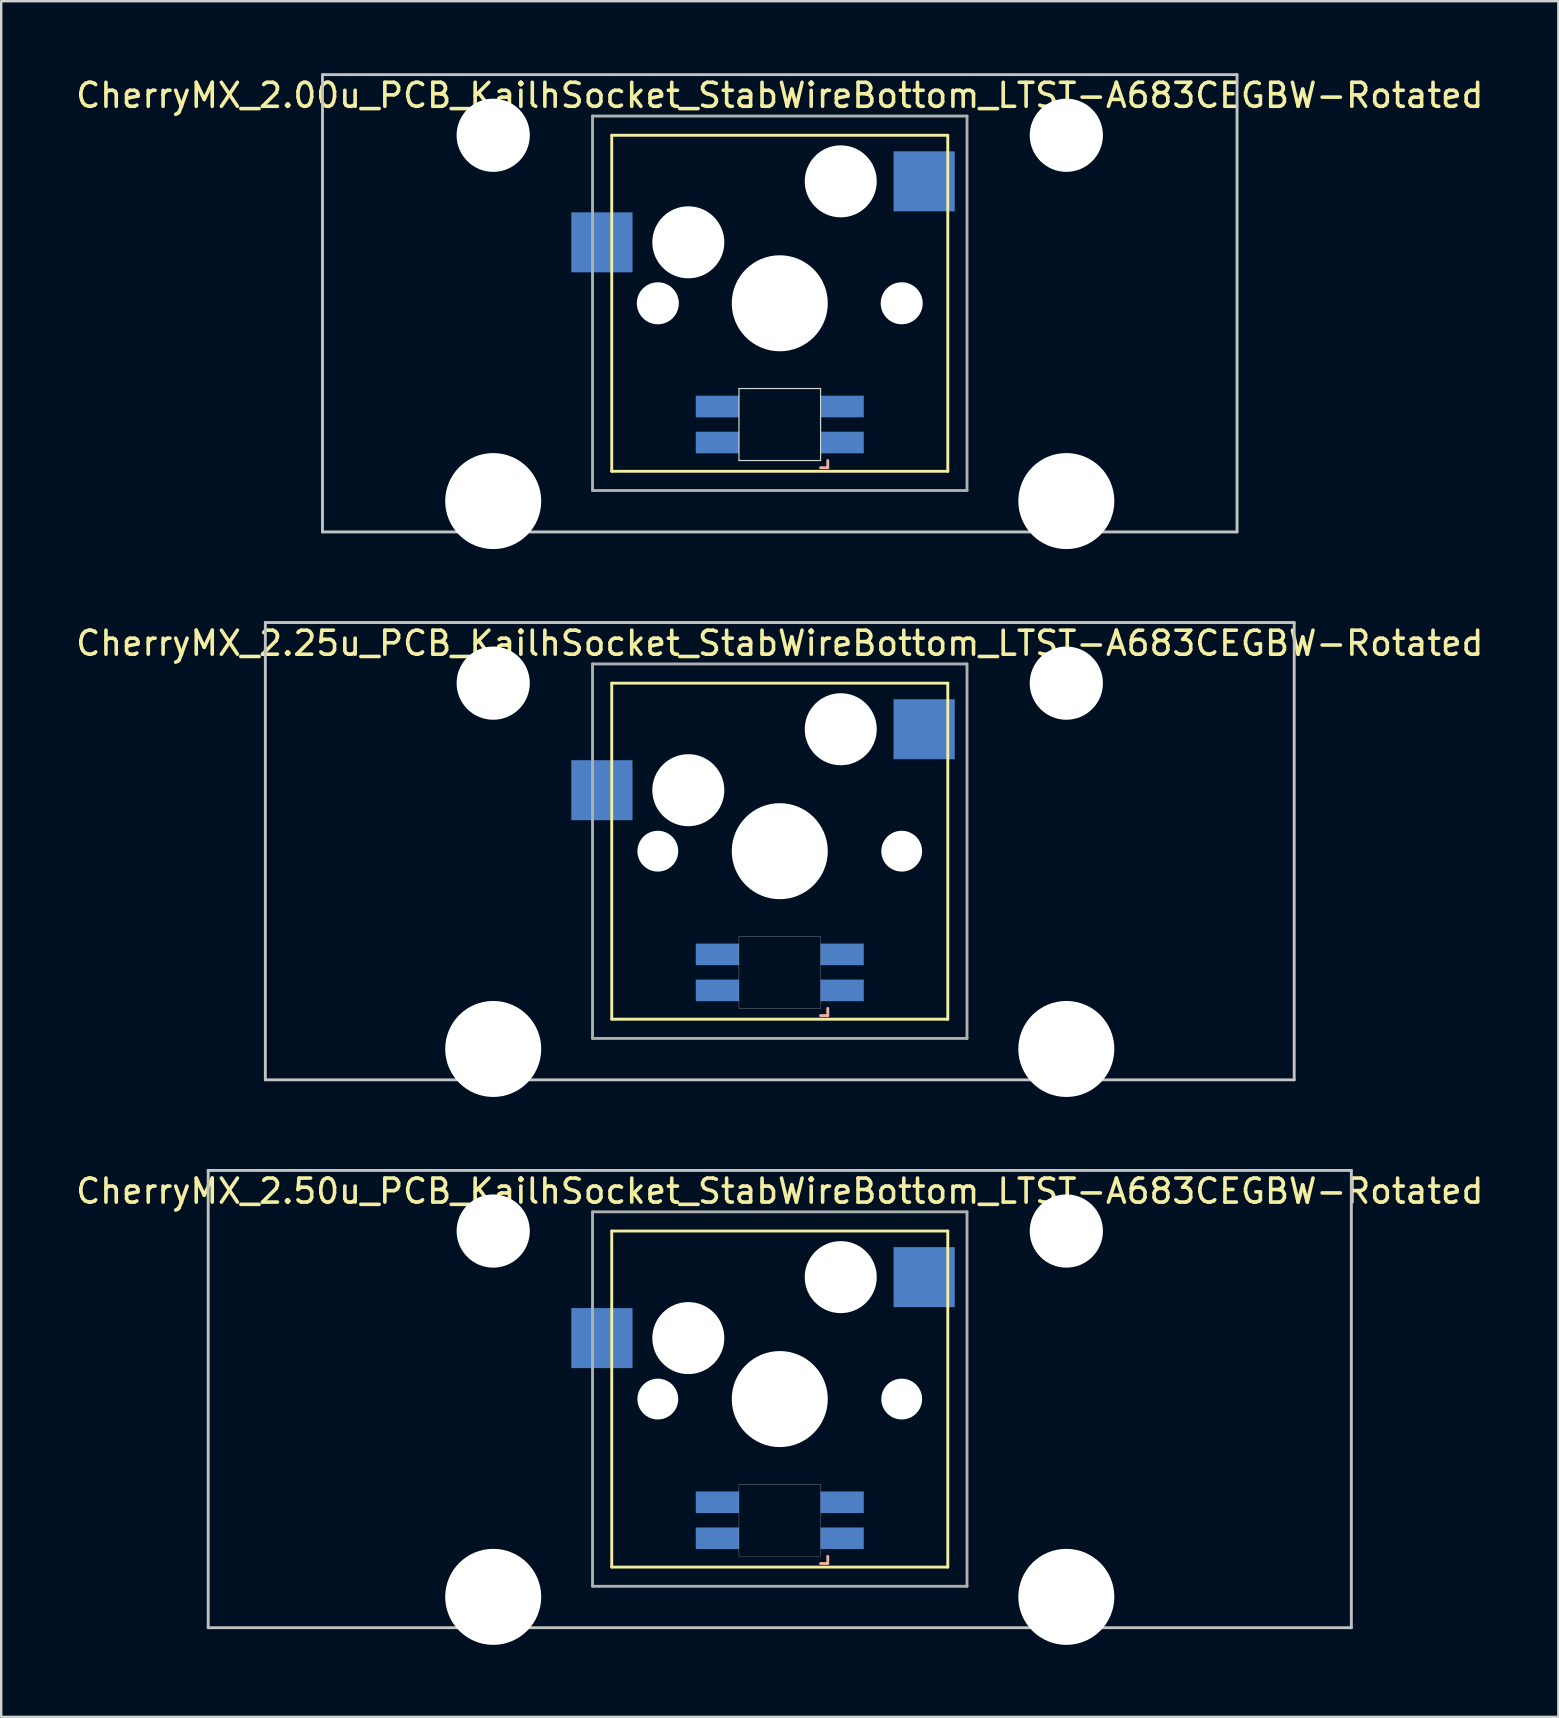
<source format=kicad_pcb>
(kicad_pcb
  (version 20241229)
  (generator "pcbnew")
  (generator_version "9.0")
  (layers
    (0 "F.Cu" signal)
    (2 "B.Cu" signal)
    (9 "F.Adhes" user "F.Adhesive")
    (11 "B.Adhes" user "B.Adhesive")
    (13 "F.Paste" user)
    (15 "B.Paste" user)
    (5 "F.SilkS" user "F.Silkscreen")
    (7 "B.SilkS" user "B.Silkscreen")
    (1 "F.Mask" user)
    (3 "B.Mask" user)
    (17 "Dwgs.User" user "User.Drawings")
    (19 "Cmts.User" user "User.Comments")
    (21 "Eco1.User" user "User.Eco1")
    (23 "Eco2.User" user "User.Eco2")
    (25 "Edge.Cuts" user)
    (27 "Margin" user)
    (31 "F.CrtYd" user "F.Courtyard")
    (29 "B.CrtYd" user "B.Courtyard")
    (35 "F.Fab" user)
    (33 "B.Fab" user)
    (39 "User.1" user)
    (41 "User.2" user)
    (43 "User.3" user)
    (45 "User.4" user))
  (footprint "CherryMX_2.00u_PCB_KailhSocket_StabWireBottom_LTST-A683CEGBW-Rotated"
    (layer "F.Cu")
    (at 29.435 9.585)
    (property "Reference" "CherryMX_2.00u_PCB_KailhSocket_StabWireBottom_LTST-A683CEGBW-Rotated" (at 0 -8.662 0) (layer "F.SilkS") (effects (font (size 1 1) (thickness 0.15))))
    (attr through_hole)
    (fp_line (start -7 -7) (end -7 7) (stroke (width 0.12) (type solid)) (layer "F.SilkS"))
    (fp_line (start -7 -7) (end 7 -7) (stroke (width 0.12) (type solid)) (layer "F.SilkS"))
    (fp_line (start 7 -7) (end 7 7) (stroke (width 0.12) (type solid)) (layer "F.SilkS"))
    (fp_line (start 7 7) (end -7 7) (stroke (width 0.12) (type solid)) (layer "F.SilkS"))
    (fp_line (start 1.7 6.85) (end 2 6.85) (stroke (width 0.12) (type solid)) (layer "B.SilkS"))
    (fp_line (start 2 6.85) (end 2 6.55) (stroke (width 0.12) (type solid)) (layer "B.SilkS"))
    (fp_line (start -19.05 -9.525) (end 19.05 -9.525) (stroke (width 0.12) (type solid)) (layer "Dwgs.User"))
    (fp_line (start -19.05 9.525) (end -19.05 -9.525) (stroke (width 0.12) (type solid)) (layer "Dwgs.User"))
    (fp_line (start 19.05 -9.525) (end 19.05 9.525) (stroke (width 0.12) (type solid)) (layer "Dwgs.User"))
    (fp_line (start 19.05 9.525) (end -19.05 9.525) (stroke (width 0.12) (type solid)) (layer "Dwgs.User"))
    (fp_line (start -1.7 3.55) (end 1.7 3.55) (stroke (width 0.05) (type solid)) (layer "Edge.Cuts"))
    (fp_line (start -1.7 6.55) (end -1.7 3.55) (stroke (width 0.05) (type solid)) (layer "Edge.Cuts"))
    (fp_line (start 1.7 3.55) (end 1.7 6.55) (stroke (width 0.05) (type solid)) (layer "Edge.Cuts"))
    (fp_line (start 1.7 6.55) (end -1.7 6.55) (stroke (width 0.05) (type solid)) (layer "Edge.Cuts"))
    (fp_line (start -7.8 -7.8) (end -7.8 7.8) (stroke (width 0.12) (type solid)) (layer "F.Fab"))
    (fp_line (start -7.8 -7.8) (end 7.8 -7.8) (stroke (width 0.12) (type solid)) (layer "F.Fab"))
    (fp_line (start -7.8 7.8) (end 7.8 7.8) (stroke (width 0.12) (type solid)) (layer "F.Fab"))
    (fp_line (start 7.8 -7.8) (end 7.8 7.8) (stroke (width 0.12) (type solid)) (layer "F.Fab"))
    (pad "" np_thru_hole circle (at -11.938 -7) (size 3.05 3.05) (drill 3.05) (layers "*.Cu" "*.Mask"))
    (pad "" np_thru_hole circle (at -11.938 8.24) (size 4 4) (drill 4) (layers "*.Cu" "*.Mask"))
    (pad "" np_thru_hole circle (at -5.08 0) (size 1.75 1.75) (drill 1.75) (layers "*.Cu" "*.Mask"))
    (pad "" np_thru_hole circle (at -3.81 -2.54) (size 3 3) (drill 3) (layers "*.Cu" "*.Mask"))
    (pad "" np_thru_hole circle (at 0 0) (size 4 4) (drill 4) (layers "*.Cu" "*.Mask"))
    (pad "" np_thru_hole circle (at 2.54 -5.08) (size 3 3) (drill 3) (layers "*.Cu" "*.Mask"))
    (pad "" np_thru_hole circle (at 5.08 0) (size 1.75 1.75) (drill 1.75) (layers "*.Cu" "*.Mask"))
    (pad "" np_thru_hole circle (at 11.938 -7) (size 3.05 3.05) (drill 3.05) (layers "*.Cu" "*.Mask"))
    (pad "" np_thru_hole circle (at 11.938 8.24) (size 4 4) (drill 4) (layers "*.Cu" "*.Mask"))
    (pad "1" smd rect (at -7.41 -2.54) (size 2.55 2.5) (layers "B.Cu" "B.Mask" "B.Paste"))
    (pad "2" smd rect (at 6.015 -5.08) (size 2.55 2.5) (layers "B.Cu" "B.Mask" "B.Paste"))
    (pad "3" smd rect (at 2.6 5.8 180) (size 1.8 0.9) (layers "B.Cu" "B.Mask" "B.Paste"))
    (pad "4" smd rect (at 2.6 4.3 180) (size 1.8 0.9) (layers "B.Cu" "B.Mask" "B.Paste"))
    (pad "5" smd rect (at -2.6 5.8 180) (size 1.8 0.9) (layers "B.Cu" "B.Mask" "B.Paste"))
    (pad "6" smd rect (at -2.6 4.3 180) (size 1.8 0.9) (layers "B.Cu" "B.Mask" "B.Paste")))
  (footprint "CherryMX_2.25u_PCB_KailhSocket_StabWireBottom_LTST-A683CEGBW-Rotated"
    (layer "F.Cu")
    (at 29.435 32.41)
    (property "Reference" "CherryMX_2.25u_PCB_KailhSocket_StabWireBottom_LTST-A683CEGBW-Rotated" (at 0 -8.662 0) (layer "F.SilkS") (effects (font (size 1 1) (thickness 0.15))))
    (attr through_hole)
    (fp_line (start -7 -7) (end -7 7) (stroke (width 0.12) (type solid)) (layer "F.SilkS"))
    (fp_line (start -7 -7) (end 7 -7) (stroke (width 0.12) (type solid)) (layer "F.SilkS"))
    (fp_line (start 7 -7) (end 7 7) (stroke (width 0.12) (type solid)) (layer "F.SilkS"))
    (fp_line (start 7 7) (end -7 7) (stroke (width 0.12) (type solid)) (layer "F.SilkS"))
    (fp_line (start 1.7 6.85) (end 2 6.85) (stroke (width 0.12) (type solid)) (layer "B.SilkS"))
    (fp_line (start 2 6.85) (end 2 6.55) (stroke (width 0.12) (type solid)) (layer "B.SilkS"))
    (fp_line (start -21.431 -9.525) (end 21.431 -9.525) (stroke (width 0.12) (type solid)) (layer "Dwgs.User"))
    (fp_line (start -21.431 9.525) (end -21.431 -9.525) (stroke (width 0.12) (type solid)) (layer "Dwgs.User"))
    (fp_line (start 21.431 -9.525) (end 21.431 9.525) (stroke (width 0.12) (type solid)) (layer "Dwgs.User"))
    (fp_line (start 21.431 9.525) (end -21.431 9.525) (stroke (width 0.12) (type solid)) (layer "Dwgs.User"))
    (fp_poly (pts (xy -1.7 3.55) (xy 1.7 3.55) (xy 1.7 6.55) (xy -1.7 6.55)) (stroke (width 0.01) (type solid)) (fill no) (layer "Edge.Cuts"))
    (fp_line (start -7.8 -7.8) (end -7.8 7.8) (stroke (width 0.12) (type solid)) (layer "F.Fab"))
    (fp_line (start -7.8 -7.8) (end 7.8 -7.8) (stroke (width 0.12) (type solid)) (layer "F.Fab"))
    (fp_line (start -7.8 7.8) (end 7.8 7.8) (stroke (width 0.12) (type solid)) (layer "F.Fab"))
    (fp_line (start 7.8 -7.8) (end 7.8 7.8) (stroke (width 0.12) (type solid)) (layer "F.Fab"))
    (pad "" np_thru_hole circle (at -11.938 -7) (size 3.05 3.05) (drill 3.05) (layers "*.Cu" "*.Mask"))
    (pad "" np_thru_hole circle (at -11.938 8.24) (size 4 4) (drill 4) (layers "*.Cu" "*.Mask"))
    (pad "" np_thru_hole circle (at -5.08 0) (size 1.7 1.7) (drill 1.7) (layers "*.Cu" "*.Mask"))
    (pad "" np_thru_hole circle (at -3.81 -2.54) (size 3 3) (drill 3) (layers "*.Cu" "*.Mask"))
    (pad "" np_thru_hole circle (at 0 0) (size 4 4) (drill 4) (layers "*.Cu" "*.Mask"))
    (pad "" np_thru_hole circle (at 2.54 -5.08) (size 3 3) (drill 3) (layers "*.Cu" "*.Mask"))
    (pad "" np_thru_hole circle (at 5.08 0) (size 1.7 1.7) (drill 1.7) (layers "*.Cu" "*.Mask"))
    (pad "" np_thru_hole circle (at 11.938 -7) (size 3.05 3.05) (drill 3.05) (layers "*.Cu" "*.Mask"))
    (pad "" np_thru_hole circle (at 11.938 8.24) (size 4 4) (drill 4) (layers "*.Cu" "*.Mask"))
    (pad "1" smd rect (at -7.41 -2.54) (size 2.55 2.5) (layers "B.Cu" "B.Mask" "B.Paste"))
    (pad "2" smd rect (at 6.015 -5.08) (size 2.55 2.5) (layers "B.Cu" "B.Mask" "B.Paste"))
    (pad "3" smd rect (at 2.6 5.8 180) (size 1.8 0.9) (layers "B.Cu" "B.Mask" "B.Paste"))
    (pad "4" smd rect (at 2.6 4.3 180) (size 1.8 0.9) (layers "B.Cu" "B.Mask" "B.Paste"))
    (pad "5" smd rect (at -2.6 5.8 180) (size 1.8 0.9) (layers "B.Cu" "B.Mask" "B.Paste"))
    (pad "6" smd rect (at -2.6 4.3 180) (size 1.8 0.9) (layers "B.Cu" "B.Mask" "B.Paste")))
  (footprint "CherryMX_2.50u_PCB_KailhSocket_StabWireBottom_LTST-A683CEGBW-Rotated"
    (layer "F.Cu")
    (at 29.435 55.235)
    (property "Reference" "CherryMX_2.50u_PCB_KailhSocket_StabWireBottom_LTST-A683CEGBW-Rotated" (at 0 -8.662 0) (layer "F.SilkS") (effects (font (size 1 1) (thickness 0.15))))
    (attr through_hole)
    (fp_line (start -7 -7) (end -7 7) (stroke (width 0.12) (type solid)) (layer "F.SilkS"))
    (fp_line (start -7 -7) (end 7 -7) (stroke (width 0.12) (type solid)) (layer "F.SilkS"))
    (fp_line (start 7 -7) (end 7 7) (stroke (width 0.12) (type solid)) (layer "F.SilkS"))
    (fp_line (start 7 7) (end -7 7) (stroke (width 0.12) (type solid)) (layer "F.SilkS"))
    (fp_line (start 1.7 6.85) (end 2 6.85) (stroke (width 0.12) (type solid)) (layer "B.SilkS"))
    (fp_line (start 2 6.85) (end 2 6.55) (stroke (width 0.12) (type solid)) (layer "B.SilkS"))
    (fp_line (start -23.812 -9.525) (end 23.812 -9.525) (stroke (width 0.12) (type solid)) (layer "Dwgs.User"))
    (fp_line (start -23.812 9.525) (end -23.812 -9.525) (stroke (width 0.12) (type solid)) (layer "Dwgs.User"))
    (fp_line (start 23.812 -9.525) (end 23.812 9.525) (stroke (width 0.12) (type solid)) (layer "Dwgs.User"))
    (fp_line (start 23.812 9.525) (end -23.812 9.525) (stroke (width 0.12) (type solid)) (layer "Dwgs.User"))
    (fp_poly (pts (xy -1.7 3.55) (xy 1.7 3.55) (xy 1.7 6.55) (xy -1.7 6.55)) (stroke (width 0.01) (type solid)) (fill no) (layer "Edge.Cuts"))
    (fp_line (start -7.8 -7.8) (end -7.8 7.8) (stroke (width 0.12) (type solid)) (layer "F.Fab"))
    (fp_line (start -7.8 -7.8) (end 7.8 -7.8) (stroke (width 0.12) (type solid)) (layer "F.Fab"))
    (fp_line (start -7.8 7.8) (end 7.8 7.8) (stroke (width 0.12) (type solid)) (layer "F.Fab"))
    (fp_line (start 7.8 -7.8) (end 7.8 7.8) (stroke (width 0.12) (type solid)) (layer "F.Fab"))
    (pad "" np_thru_hole circle (at -11.938 -7) (size 3.05 3.05) (drill 3.05) (layers "*.Cu" "*.Mask"))
    (pad "" np_thru_hole circle (at -11.938 8.24) (size 4 4) (drill 4) (layers "*.Cu" "*.Mask"))
    (pad "" np_thru_hole circle (at -5.08 0) (size 1.7 1.7) (drill 1.7) (layers "*.Cu" "*.Mask"))
    (pad "" np_thru_hole circle (at -3.81 -2.54) (size 3 3) (drill 3) (layers "*.Cu" "*.Mask"))
    (pad "" np_thru_hole circle (at 0 0) (size 4 4) (drill 4) (layers "*.Cu" "*.Mask"))
    (pad "" np_thru_hole circle (at 2.54 -5.08) (size 3 3) (drill 3) (layers "*.Cu" "*.Mask"))
    (pad "" np_thru_hole circle (at 5.08 0) (size 1.7 1.7) (drill 1.7) (layers "*.Cu" "*.Mask"))
    (pad "" np_thru_hole circle (at 11.938 -7) (size 3.05 3.05) (drill 3.05) (layers "*.Cu" "*.Mask"))
    (pad "" np_thru_hole circle (at 11.938 8.24) (size 4 4) (drill 4) (layers "*.Cu" "*.Mask"))
    (pad "1" smd rect (at -7.41 -2.54) (size 2.55 2.5) (layers "B.Cu" "B.Mask" "B.Paste"))
    (pad "2" smd rect (at 6.015 -5.08) (size 2.55 2.5) (layers "B.Cu" "B.Mask" "B.Paste"))
    (pad "3" smd rect (at 2.6 5.8 180) (size 1.8 0.9) (layers "B.Cu" "B.Mask" "B.Paste"))
    (pad "4" smd rect (at 2.6 4.3 180) (size 1.8 0.9) (layers "B.Cu" "B.Mask" "B.Paste"))
    (pad "5" smd rect (at -2.6 5.8 180) (size 1.8 0.9) (layers "B.Cu" "B.Mask" "B.Paste"))
    (pad "6" smd rect (at -2.6 4.3 180) (size 1.8 0.9) (layers "B.Cu" "B.Mask" "B.Paste")))
  (gr_rect
    (start -3 -3)
    (end 61.869 68.475)
    (stroke (width 0.1) (type default))
    (fill no)
    (layer "Edge.Cuts")))
</source>
